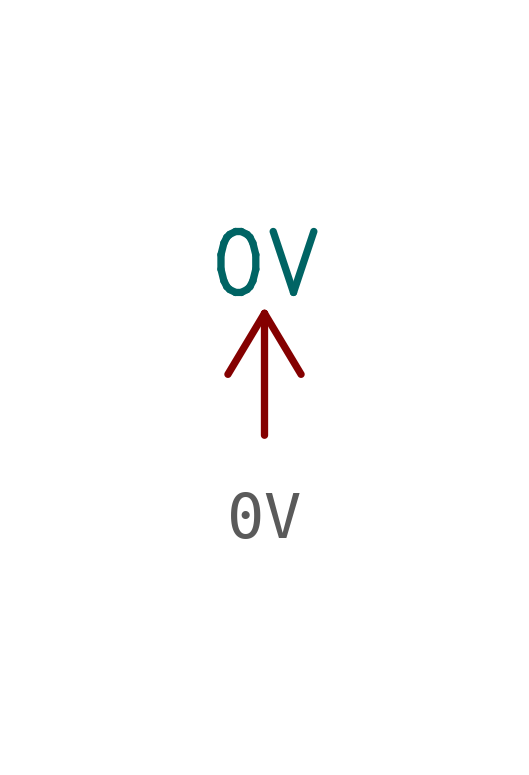
<source format=kicad_sym>
(kicad_symbol_lib
  (version 20211014)
  (generator kicad_symbol_editor)
  (symbol "0V"
    (power)
    (pin_names
      (offset 0))
    (property "Reference" "#PWR"
      (at 0 -3.81 0)
      (effects (font (size 1.27 1.27)) hide))
    (property "Value" "0V"
      (at 0 3.556 0)
      (effects (font (size 1.27 1.27))))
    (symbol "0V_0_1"
      (polyline (pts (xy -0.762 1.27) (xy 0 2.54)) (stroke (width 0) (type default) (color 0 0 0 0)) (fill (type none)))
      (polyline (pts (xy 0 0) (xy 0 2.54)) (stroke (width 0) (type default) (color 0 0 0 0)) (fill (type none)))
      (polyline (pts (xy 0 2.54) (xy 0.762 1.27)) (stroke (width 0) (type default) (color 0 0 0 0)) (fill (type none))))
    (symbol "0V_1_1"
      (pin power_in line (at 0 0 90) (length 0) hide (name "0V" (effects (font (size 1.27 1.27)))) (number "1" (effects (font (size 1.27 1.27))))))))
</source>
